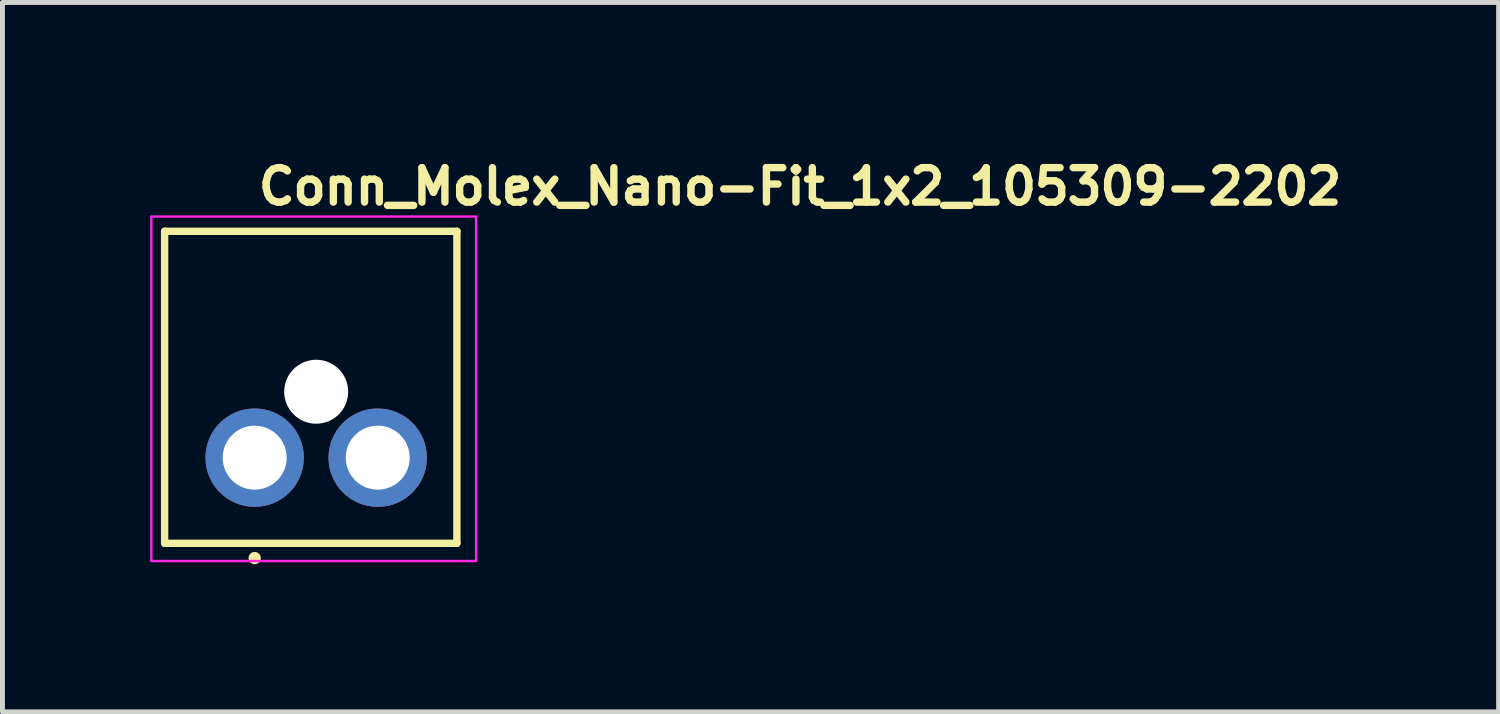
<source format=kicad_pcb>
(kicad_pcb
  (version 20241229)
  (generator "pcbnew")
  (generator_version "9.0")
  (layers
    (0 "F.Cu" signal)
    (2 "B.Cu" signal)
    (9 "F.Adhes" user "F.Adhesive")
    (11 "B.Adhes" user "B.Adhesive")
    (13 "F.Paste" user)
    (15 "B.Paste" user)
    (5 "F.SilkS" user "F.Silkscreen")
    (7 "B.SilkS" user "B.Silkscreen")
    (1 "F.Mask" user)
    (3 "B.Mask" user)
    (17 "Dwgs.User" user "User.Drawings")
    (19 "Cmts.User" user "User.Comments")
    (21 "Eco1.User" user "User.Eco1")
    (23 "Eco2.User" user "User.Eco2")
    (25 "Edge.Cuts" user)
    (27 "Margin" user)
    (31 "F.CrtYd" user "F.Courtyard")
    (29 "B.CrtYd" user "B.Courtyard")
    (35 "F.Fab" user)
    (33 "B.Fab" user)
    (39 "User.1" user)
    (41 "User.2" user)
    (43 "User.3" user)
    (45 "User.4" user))
  (footprint "Conn_Molex_Nano-Fit_1x2_105309-2202"
    (layer "F.Cu")
    (at 2.125 6.25)
    (property "Reference" "Conn_Molex_Nano-Fit_1x2_105309-2202" (at 0 -5.1 0) (layer "F.SilkS") (effects (font (size 0.7 0.7) (thickness 0.15)) (justify left bottom)))
    (attr through_hole)
    (fp_line (start -1.83 1.74) (end -1.83 -4.6) (stroke (width 0.15) (type solid)) (layer "F.SilkS"))
    (fp_line (start 4.109 -4.6) (end -1.83 -4.6) (stroke (width 0.15) (type solid)) (layer "F.SilkS"))
    (fp_line (start 4.109 1.74) (end -1.83 1.74) (stroke (width 0.15) (type solid)) (layer "F.SilkS"))
    (fp_line (start 4.109 1.74) (end 4.109 -4.6) (stroke (width 0.15) (type solid)) (layer "F.SilkS"))
    (fp_circle (center 0 2.04) (end -0.05 2.04) (stroke (width 0.15) (type solid)) (fill yes) (layer "F.SilkS"))
    (fp_rect (start 4.5 2.1) (end -2.1 -4.9) (stroke (width 0.05) (type solid)) (fill no) (layer "F.CrtYd"))
    (fp_rect (start 4.22 1.74) (end -1.72 -4.6) (stroke (width 0.1) (type solid)) (fill no) (layer "User.5"))
    (fp_line (start -1.72 -1.74) (end -1.35 -1.74) (stroke (width 0.02) (type solid)) (layer "User.9"))
    (fp_line (start -1.72 1.74) (end -1.72 -1.74) (stroke (width 0.02) (type solid)) (layer "User.9"))
    (fp_line (start -1.72 1.74) (end 4.22 1.74) (stroke (width 0.02) (type solid)) (layer "User.9"))
    (fp_line (start -1.35 -4.35) (end -1.35 -4.019) (stroke (width 0.02) (type solid)) (layer "User.9"))
    (fp_line (start -1.35 -4.019) (end -1.35 -2.56) (stroke (width 0.02) (type solid)) (layer "User.9"))
    (fp_line (start -1.35 -4.019) (end 3.85 -4.019) (stroke (width 0.02) (type solid)) (layer "User.9"))
    (fp_line (start -1.35 -2.56) (end -1.35 -1.74) (stroke (width 0.02) (type solid)) (layer "User.9"))
    (fp_line (start -1.35 -2.56) (end -0.95 -2.56) (stroke (width 0.02) (type solid)) (layer "User.9"))
    (fp_line (start -1.349 -4.362) (end -1.35 -4.35) (stroke (width 0.02) (type solid)) (layer "User.9"))
    (fp_line (start -1.348 -4.374) (end -1.349 -4.362) (stroke (width 0.02) (type solid)) (layer "User.9"))
    (fp_line (start -1.347 -4.386) (end -1.348 -4.374) (stroke (width 0.02) (type solid)) (layer "User.9"))
    (fp_line (start -1.345 -4.399) (end -1.347 -4.386) (stroke (width 0.02) (type solid)) (layer "User.9"))
    (fp_line (start -1.342 -4.41) (end -1.345 -4.399) (stroke (width 0.02) (type solid)) (layer "User.9"))
    (fp_line (start -1.339 -4.422) (end -1.342 -4.41) (stroke (width 0.02) (type solid)) (layer "User.9"))
    (fp_line (start -1.335 -4.434) (end -1.339 -4.422) (stroke (width 0.02) (type solid)) (layer "User.9"))
    (fp_line (start -1.33 -4.445) (end -1.335 -4.434) (stroke (width 0.02) (type solid)) (layer "User.9"))
    (fp_line (start -1.326 -4.456) (end -1.33 -4.445) (stroke (width 0.02) (type solid)) (layer "User.9"))
    (fp_line (start -1.32 -4.467) (end -1.326 -4.456) (stroke (width 0.02) (type solid)) (layer "User.9"))
    (fp_line (start -1.314 -4.478) (end -1.32 -4.467) (stroke (width 0.02) (type solid)) (layer "User.9"))
    (fp_line (start -1.307 -4.488) (end -1.314 -4.478) (stroke (width 0.02) (type solid)) (layer "User.9"))
    (fp_line (start -1.3 -4.498) (end -1.307 -4.488) (stroke (width 0.02) (type solid)) (layer "User.9"))
    (fp_line (start -1.293 -4.508) (end -1.3 -4.498) (stroke (width 0.02) (type solid)) (layer "User.9"))
    (fp_line (start -1.285 -4.517) (end -1.293 -4.508) (stroke (width 0.02) (type solid)) (layer "User.9"))
    (fp_line (start -1.276 -4.526) (end -1.285 -4.517) (stroke (width 0.02) (type solid)) (layer "User.9"))
    (fp_line (start -1.276 -4.526) (end -1.276 -4.526) (stroke (width 0.02) (type solid)) (layer "User.9"))
    (fp_line (start -1.267 -4.535) (end -1.276 -4.526) (stroke (width 0.02) (type solid)) (layer "User.9"))
    (fp_line (start -1.258 -4.543) (end -1.267 -4.535) (stroke (width 0.02) (type solid)) (layer "User.9"))
    (fp_line (start -1.248 -4.55) (end -1.258 -4.543) (stroke (width 0.02) (type solid)) (layer "User.9"))
    (fp_line (start -1.238 -4.557) (end -1.248 -4.55) (stroke (width 0.02) (type solid)) (layer "User.9"))
    (fp_line (start -1.228 -4.564) (end -1.238 -4.557) (stroke (width 0.02) (type solid)) (layer "User.9"))
    (fp_line (start -1.217 -4.57) (end -1.228 -4.564) (stroke (width 0.02) (type solid)) (layer "User.9"))
    (fp_line (start -1.206 -4.576) (end -1.217 -4.57) (stroke (width 0.02) (type solid)) (layer "User.9"))
    (fp_line (start -1.195 -4.58) (end -1.206 -4.576) (stroke (width 0.02) (type solid)) (layer "User.9"))
    (fp_line (start -1.184 -4.585) (end -1.195 -4.58) (stroke (width 0.02) (type solid)) (layer "User.9"))
    (fp_line (start -1.172 -4.589) (end -1.184 -4.585) (stroke (width 0.02) (type solid)) (layer "User.9"))
    (fp_line (start -1.16 -4.592) (end -1.172 -4.589) (stroke (width 0.02) (type solid)) (layer "User.9"))
    (fp_line (start -1.149 -4.595) (end -1.16 -4.592) (stroke (width 0.02) (type solid)) (layer "User.9"))
    (fp_line (start -1.136 -4.597) (end -1.149 -4.595) (stroke (width 0.02) (type solid)) (layer "User.9"))
    (fp_line (start -1.124 -4.598) (end -1.136 -4.597) (stroke (width 0.02) (type solid)) (layer "User.9"))
    (fp_line (start -1.112 -4.599) (end -1.124 -4.598) (stroke (width 0.02) (type solid)) (layer "User.9"))
    (fp_line (start -1.11 -1.095) (end -1.11 1.095) (stroke (width 0.02) (type solid)) (layer "User.9"))
    (fp_line (start -1.1 -4.6) (end -1.112 -4.599) (stroke (width 0.02) (type solid)) (layer "User.9"))
    (fp_line (start -1.1 -4.6) (end 3.6 -4.6) (stroke (width 0.02) (type solid)) (layer "User.9"))
    (fp_line (start -0.95 -2.56) (end -0.95 -3.75) (stroke (width 0.02) (type solid)) (layer "User.9"))
    (fp_line (start -0.95 -2.56) (end -0.95 -1.095) (stroke (width 0.02) (type solid)) (layer "User.9"))
    (fp_line (start -0.95 -1.095) (end -1.11 -1.095) (stroke (width 0.02) (type solid)) (layer "User.9"))
    (fp_line (start -0.317 -0.317) (end -0.167 -0.167) (stroke (width 0.02) (type solid)) (layer "User.9"))
    (fp_line (start -0.317 0.317) (end -0.317 -0.317) (stroke (width 0.02) (type solid)) (layer "User.9"))
    (fp_line (start -0.167 0.167) (end -0.317 0.317) (stroke (width 0.02) (type solid)) (layer "User.9"))
    (fp_line (start -0.167 0.167) (end -0.167 -0.167) (stroke (width 0.02) (type solid)) (layer "User.9"))
    (fp_line (start -0.08 -1.37) (end 2.58 -1.37) (stroke (width 0.02) (type solid)) (layer "User.9"))
    (fp_line (start -0.08 -1.095) (end -0.95 -1.095) (stroke (width 0.02) (type solid)) (layer "User.9"))
    (fp_line (start -0.08 -1.095) (end -0.08 -1.37) (stroke (width 0.02) (type solid)) (layer "User.9"))
    (fp_line (start 0.168 -0.167) (end -0.167 -0.167) (stroke (width 0.02) (type solid)) (layer "User.9"))
    (fp_line (start 0.168 -0.167) (end 0.168 0.167) (stroke (width 0.02) (type solid)) (layer "User.9"))
    (fp_line (start 0.168 -0.167) (end 0.318 -0.317) (stroke (width 0.02) (type solid)) (layer "User.9"))
    (fp_line (start 0.168 0.167) (end -0.167 0.167) (stroke (width 0.02) (type solid)) (layer "User.9"))
    (fp_line (start 0.318 -0.317) (end -0.317 -0.317) (stroke (width 0.02) (type solid)) (layer "User.9"))
    (fp_line (start 0.318 -0.317) (end 0.318 0.317) (stroke (width 0.02) (type solid)) (layer "User.9"))
    (fp_line (start 0.318 0.317) (end -0.317 0.317) (stroke (width 0.02) (type solid)) (layer "User.9"))
    (fp_line (start 0.318 0.317) (end 0.168 0.167) (stroke (width 0.02) (type solid)) (layer "User.9"))
    (fp_line (start 1.11 -1.095) (end -0.08 -1.095) (stroke (width 0.02) (type solid)) (layer "User.9"))
    (fp_line (start 1.11 -0.215) (end 1.11 -1.095) (stroke (width 0.02) (type solid)) (layer "User.9"))
    (fp_line (start 1.11 -0.215) (end 1.39 -0.215) (stroke (width 0.02) (type solid)) (layer "User.9"))
    (fp_line (start 1.11 0.385) (end 1.11 -0.215) (stroke (width 0.02) (type solid)) (layer "User.9"))
    (fp_line (start 1.11 1.095) (end 1.11 0.385) (stroke (width 0.02) (type solid)) (layer "User.9"))
    (fp_line (start 1.39 -1.095) (end 1.39 -0.215) (stroke (width 0.02) (type solid)) (layer "User.9"))
    (fp_line (start 1.39 0.385) (end 1.11 0.385) (stroke (width 0.02) (type solid)) (layer "User.9"))
    (fp_line (start 1.39 0.385) (end 1.39 -0.215) (stroke (width 0.02) (type solid)) (layer "User.9"))
    (fp_line (start 1.39 1.095) (end 1.39 0.385) (stroke (width 0.02) (type solid)) (layer "User.9"))
    (fp_line (start 2.182 -0.317) (end 2.332 -0.167) (stroke (width 0.02) (type solid)) (layer "User.9"))
    (fp_line (start 2.182 0.317) (end 2.182 -0.317) (stroke (width 0.02) (type solid)) (layer "User.9"))
    (fp_line (start 2.332 0.167) (end 2.182 0.317) (stroke (width 0.02) (type solid)) (layer "User.9"))
    (fp_line (start 2.332 0.167) (end 2.332 -0.167) (stroke (width 0.02) (type solid)) (layer "User.9"))
    (fp_line (start 2.58 -1.37) (end 2.58 -1.095) (stroke (width 0.02) (type solid)) (layer "User.9"))
    (fp_line (start 2.58 -1.095) (end 1.39 -1.095) (stroke (width 0.02) (type solid)) (layer "User.9"))
    (fp_line (start 2.58 -1.095) (end 3.45 -1.095) (stroke (width 0.02) (type solid)) (layer "User.9"))
    (fp_line (start 2.667 -0.167) (end 2.332 -0.167) (stroke (width 0.02) (type solid)) (layer "User.9"))
    (fp_line (start 2.667 -0.167) (end 2.667 0.167) (stroke (width 0.02) (type solid)) (layer "User.9"))
    (fp_line (start 2.667 -0.167) (end 2.817 -0.317) (stroke (width 0.02) (type solid)) (layer "User.9"))
    (fp_line (start 2.667 0.167) (end 2.332 0.167) (stroke (width 0.02) (type solid)) (layer "User.9"))
    (fp_line (start 2.817 -0.317) (end 2.182 -0.317) (stroke (width 0.02) (type solid)) (layer "User.9"))
    (fp_line (start 2.817 -0.317) (end 2.817 0.317) (stroke (width 0.02) (type solid)) (layer "User.9"))
    (fp_line (start 2.817 0.317) (end 2.182 0.317) (stroke (width 0.02) (type solid)) (layer "User.9"))
    (fp_line (start 2.817 0.317) (end 2.667 0.167) (stroke (width 0.02) (type solid)) (layer "User.9"))
    (fp_line (start 3.45 -3.75) (end -0.95 -3.75) (stroke (width 0.02) (type solid)) (layer "User.9"))
    (fp_line (start 3.45 -2.56) (end 3.45 -3.75) (stroke (width 0.02) (type solid)) (layer "User.9"))
    (fp_line (start 3.45 -2.56) (end 3.45 -1.095) (stroke (width 0.02) (type solid)) (layer "User.9"))
    (fp_line (start 3.45 -2.56) (end 3.85 -2.56) (stroke (width 0.02) (type solid)) (layer "User.9"))
    (fp_line (start 3.61 -1.095) (end 3.45 -1.095) (stroke (width 0.02) (type solid)) (layer "User.9"))
    (fp_line (start 3.61 1.095) (end -1.11 1.095) (stroke (width 0.02) (type solid)) (layer "User.9"))
    (fp_line (start 3.61 1.095) (end 3.61 -1.095) (stroke (width 0.02) (type solid)) (layer "User.9"))
    (fp_line (start 3.612 -4.599) (end 3.6 -4.6) (stroke (width 0.02) (type solid)) (layer "User.9"))
    (fp_line (start 3.624 -4.598) (end 3.612 -4.599) (stroke (width 0.02) (type solid)) (layer "User.9"))
    (fp_line (start 3.636 -4.597) (end 3.624 -4.598) (stroke (width 0.02) (type solid)) (layer "User.9"))
    (fp_line (start 3.649 -4.595) (end 3.636 -4.597) (stroke (width 0.02) (type solid)) (layer "User.9"))
    (fp_line (start 3.66 -4.592) (end 3.649 -4.595) (stroke (width 0.02) (type solid)) (layer "User.9"))
    (fp_line (start 3.672 -4.589) (end 3.66 -4.592) (stroke (width 0.02) (type solid)) (layer "User.9"))
    (fp_line (start 3.684 -4.585) (end 3.672 -4.589) (stroke (width 0.02) (type solid)) (layer "User.9"))
    (fp_line (start 3.695 -4.58) (end 3.684 -4.585) (stroke (width 0.02) (type solid)) (layer "User.9"))
    (fp_line (start 3.706 -4.576) (end 3.695 -4.58) (stroke (width 0.02) (type solid)) (layer "User.9"))
    (fp_line (start 3.717 -4.57) (end 3.706 -4.576) (stroke (width 0.02) (type solid)) (layer "User.9"))
    (fp_line (start 3.728 -4.564) (end 3.717 -4.57) (stroke (width 0.02) (type solid)) (layer "User.9"))
    (fp_line (start 3.738 -4.557) (end 3.728 -4.564) (stroke (width 0.02) (type solid)) (layer "User.9"))
    (fp_line (start 3.748 -4.55) (end 3.738 -4.557) (stroke (width 0.02) (type solid)) (layer "User.9"))
    (fp_line (start 3.758 -4.543) (end 3.748 -4.55) (stroke (width 0.02) (type solid)) (layer "User.9"))
    (fp_line (start 3.767 -4.535) (end 3.758 -4.543) (stroke (width 0.02) (type solid)) (layer "User.9"))
    (fp_line (start 3.776 -4.526) (end 3.767 -4.535) (stroke (width 0.02) (type solid)) (layer "User.9"))
    (fp_line (start 3.776 -4.526) (end 3.776 -4.526) (stroke (width 0.02) (type solid)) (layer "User.9"))
    (fp_line (start 3.785 -4.517) (end 3.776 -4.526) (stroke (width 0.02) (type solid)) (layer "User.9"))
    (fp_line (start 3.793 -4.508) (end 3.785 -4.517) (stroke (width 0.02) (type solid)) (layer "User.9"))
    (fp_line (start 3.8 -4.498) (end 3.793 -4.508) (stroke (width 0.02) (type solid)) (layer "User.9"))
    (fp_line (start 3.807 -4.488) (end 3.8 -4.498) (stroke (width 0.02) (type solid)) (layer "User.9"))
    (fp_line (start 3.814 -4.478) (end 3.807 -4.488) (stroke (width 0.02) (type solid)) (layer "User.9"))
    (fp_line (start 3.82 -4.467) (end 3.814 -4.478) (stroke (width 0.02) (type solid)) (layer "User.9"))
    (fp_line (start 3.826 -4.456) (end 3.82 -4.467) (stroke (width 0.02) (type solid)) (layer "User.9"))
    (fp_line (start 3.83 -4.445) (end 3.826 -4.456) (stroke (width 0.02) (type solid)) (layer "User.9"))
    (fp_line (start 3.835 -4.434) (end 3.83 -4.445) (stroke (width 0.02) (type solid)) (layer "User.9"))
    (fp_line (start 3.839 -4.422) (end 3.835 -4.434) (stroke (width 0.02) (type solid)) (layer "User.9"))
    (fp_line (start 3.842 -4.41) (end 3.839 -4.422) (stroke (width 0.02) (type solid)) (layer "User.9"))
    (fp_line (start 3.845 -4.399) (end 3.842 -4.41) (stroke (width 0.02) (type solid)) (layer "User.9"))
    (fp_line (start 3.847 -4.386) (end 3.845 -4.399) (stroke (width 0.02) (type solid)) (layer "User.9"))
    (fp_line (start 3.848 -4.374) (end 3.847 -4.386) (stroke (width 0.02) (type solid)) (layer "User.9"))
    (fp_line (start 3.849 -4.362) (end 3.848 -4.374) (stroke (width 0.02) (type solid)) (layer "User.9"))
    (fp_line (start 3.85 -4.35) (end 3.849 -4.362) (stroke (width 0.02) (type solid)) (layer "User.9"))
    (fp_line (start 3.85 -4.35) (end 3.85 -4.019) (stroke (width 0.02) (type solid)) (layer "User.9"))
    (fp_line (start 3.85 -4.019) (end 3.85 -2.56) (stroke (width 0.02) (type solid)) (layer "User.9"))
    (fp_line (start 3.85 -2.56) (end 3.85 -1.74) (stroke (width 0.02) (type solid)) (layer "User.9"))
    (fp_line (start 3.85 -1.74) (end 4.22 -1.74) (stroke (width 0.02) (type solid)) (layer "User.9"))
    (fp_line (start 4.22 1.74) (end 4.22 -1.74) (stroke (width 0.02) (type solid)) (layer "User.9"))
    (pad "" np_thru_hole circle (at 1.25 -1.34 180) (size 1.3 1.3) (drill 1.3) (layers "*.Cu" "*.Mask"))
    (pad "1" thru_hole circle (at 0 0 180) (size 2 2) (drill 1.3) (layers "*.Cu" "*.Mask"))
    (pad "2" thru_hole circle (at 2.5 0 180) (size 2 2) (drill 1.3) (layers "*.Cu" "*.Mask")))
  (gr_rect
    (start -3 -3)
    (end 27.402 11.415)
    (stroke (width 0.1) (type default))
    (fill no)
    (layer "Edge.Cuts")))
</source>
